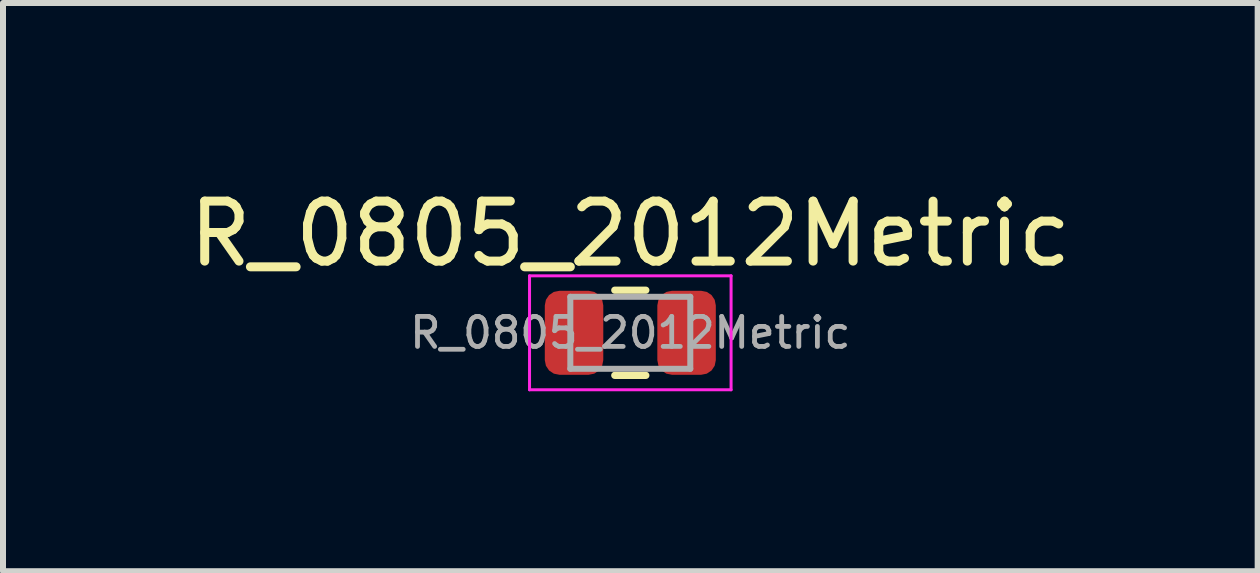
<source format=kicad_pcb>
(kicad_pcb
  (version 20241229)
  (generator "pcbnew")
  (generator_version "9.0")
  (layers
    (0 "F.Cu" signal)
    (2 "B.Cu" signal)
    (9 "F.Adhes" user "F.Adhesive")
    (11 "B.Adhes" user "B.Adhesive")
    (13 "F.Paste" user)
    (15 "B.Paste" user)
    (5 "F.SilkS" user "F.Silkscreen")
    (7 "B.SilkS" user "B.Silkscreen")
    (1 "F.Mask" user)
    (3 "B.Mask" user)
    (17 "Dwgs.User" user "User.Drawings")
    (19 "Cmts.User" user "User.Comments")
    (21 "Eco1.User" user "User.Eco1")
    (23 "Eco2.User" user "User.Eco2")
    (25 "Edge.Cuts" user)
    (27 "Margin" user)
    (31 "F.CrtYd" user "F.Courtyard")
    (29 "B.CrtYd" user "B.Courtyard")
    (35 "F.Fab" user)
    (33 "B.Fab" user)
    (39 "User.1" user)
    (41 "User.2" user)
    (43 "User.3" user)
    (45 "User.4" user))
  (footprint "R_0805_2012Metric"
    (layer "F.Cu")
    (at 7.458 2.498)
    (property "Reference" "R_0805_2012Metric" (at 0 -1.65 0) (layer "F.SilkS") (effects (font (size 1 1) (thickness 0.15))))
    (attr smd)
    (fp_line (start -0.259 -0.71) (end 0.259 -0.71) (stroke (width 0.12) (type solid)) (layer "F.SilkS"))
    (fp_line (start -0.259 0.71) (end 0.259 0.71) (stroke (width 0.12) (type solid)) (layer "F.SilkS"))
    (fp_line (start -1.68 -0.95) (end 1.68 -0.95) (stroke (width 0.05) (type solid)) (layer "F.CrtYd"))
    (fp_line (start -1.68 0.95) (end -1.68 -0.95) (stroke (width 0.05) (type solid)) (layer "F.CrtYd"))
    (fp_line (start 1.68 -0.95) (end 1.68 0.95) (stroke (width 0.05) (type solid)) (layer "F.CrtYd"))
    (fp_line (start 1.68 0.95) (end -1.68 0.95) (stroke (width 0.05) (type solid)) (layer "F.CrtYd"))
    (fp_line (start -1 -0.6) (end 1 -0.6) (stroke (width 0.1) (type solid)) (layer "F.Fab"))
    (fp_line (start -1 0.6) (end -1 -0.6) (stroke (width 0.1) (type solid)) (layer "F.Fab"))
    (fp_line (start 1 -0.6) (end 1 0.6) (stroke (width 0.1) (type solid)) (layer "F.Fab"))
    (fp_line (start 1 0.6) (end -1 0.6) (stroke (width 0.1) (type solid)) (layer "F.Fab"))
    (fp_text user "${REFERENCE}" (at 0 0 0) (layer "F.Fab") (effects (font (size 0.5 0.5) (thickness 0.08))))
    (pad "1" smd roundrect (at -0.938 0) (size 0.975 1.4) (layers "F.Cu" "F.Mask" "F.Paste") (roundrect_rratio 0.25))
    (pad "2" smd roundrect (at 0.938 0) (size 0.975 1.4) (layers "F.Cu" "F.Mask" "F.Paste") (roundrect_rratio 0.25)))
  (gr_rect
    (start -3 -3)
    (end 17.917 6.473)
    (stroke (width 0.1) (type default))
    (fill no)
    (layer "Edge.Cuts")))
</source>
